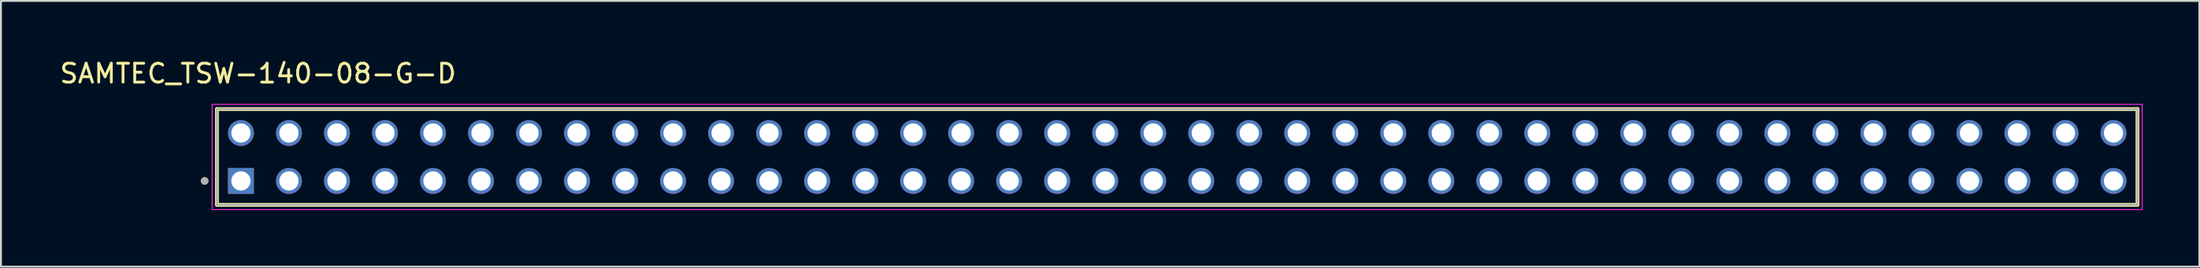
<source format=kicad_pcb>
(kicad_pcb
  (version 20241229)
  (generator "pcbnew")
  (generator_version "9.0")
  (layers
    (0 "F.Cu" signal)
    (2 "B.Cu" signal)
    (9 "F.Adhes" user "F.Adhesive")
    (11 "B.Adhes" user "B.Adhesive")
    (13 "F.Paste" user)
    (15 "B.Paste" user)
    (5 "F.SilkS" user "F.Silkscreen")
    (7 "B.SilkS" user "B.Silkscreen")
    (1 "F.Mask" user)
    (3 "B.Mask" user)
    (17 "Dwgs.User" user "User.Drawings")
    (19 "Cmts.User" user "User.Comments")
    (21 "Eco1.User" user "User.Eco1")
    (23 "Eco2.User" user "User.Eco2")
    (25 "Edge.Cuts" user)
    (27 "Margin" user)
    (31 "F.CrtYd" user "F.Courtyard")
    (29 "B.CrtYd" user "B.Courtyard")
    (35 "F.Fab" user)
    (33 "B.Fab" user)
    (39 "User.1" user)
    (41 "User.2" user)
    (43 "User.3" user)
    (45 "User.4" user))
  (footprint "SAMTEC_TSW-140-08-G-D"
    (layer "F.Cu")
    (at 9.696 6.543)
    (property "Reference" "SAMTEC_TSW-140-08-G-D" (at 0.905 -5.695 0) (layer "F.SilkS") (effects (font (size 1 1) (thickness 0.15))))
    (attr through_hole)
    (fp_line (start -1.27 1.27) (end -1.27 -3.81) (stroke (width 0.2) (type solid)) (layer "F.SilkS"))
    (fp_line (start 100.33 -3.81) (end -1.27 -3.81) (stroke (width 0.2) (type solid)) (layer "F.SilkS"))
    (fp_line (start 100.33 -3.81) (end 100.33 1.27) (stroke (width 0.2) (type solid)) (layer "F.SilkS"))
    (fp_line (start 100.33 1.27) (end -1.27 1.27) (stroke (width 0.2) (type solid)) (layer "F.SilkS"))
    (fp_circle (center -1.92 0) (end -1.82 0) (stroke (width 0.2) (type solid)) (fill no) (layer "F.SilkS"))
    (fp_line (start -1.52 -4.06) (end 100.58 -4.06) (stroke (width 0.05) (type solid)) (layer "F.CrtYd"))
    (fp_line (start -1.52 1.52) (end -1.52 -4.06) (stroke (width 0.05) (type solid)) (layer "F.CrtYd"))
    (fp_line (start 100.58 -4.06) (end 100.58 1.52) (stroke (width 0.05) (type solid)) (layer "F.CrtYd"))
    (fp_line (start 100.58 1.52) (end -1.52 1.52) (stroke (width 0.05) (type solid)) (layer "F.CrtYd"))
    (fp_line (start -1.27 -3.81) (end 100.33 -3.81) (stroke (width 0.1) (type solid)) (layer "F.Fab"))
    (fp_line (start -1.27 1.27) (end -1.27 -3.81) (stroke (width 0.1) (type solid)) (layer "F.Fab"))
    (fp_line (start 100.33 -3.81) (end 100.33 1.27) (stroke (width 0.1) (type solid)) (layer "F.Fab"))
    (fp_line (start 100.33 1.27) (end -1.27 1.27) (stroke (width 0.1) (type solid)) (layer "F.Fab"))
    (fp_circle (center -1.92 0) (end -1.82 0) (stroke (width 0.2) (type solid)) (fill no) (layer "F.Fab"))
    (pad "01" thru_hole rect (at 0 0) (size 1.37 1.37) (drill 1.02) (layers "*.Cu" "*.Mask"))
    (pad "02" thru_hole circle (at 0 -2.54) (size 1.37 1.37) (drill 1.02) (layers "*.Cu" "*.Mask"))
    (pad "03" thru_hole circle (at 2.54 0) (size 1.37 1.37) (drill 1.02) (layers "*.Cu" "*.Mask"))
    (pad "04" thru_hole circle (at 2.54 -2.54) (size 1.37 1.37) (drill 1.02) (layers "*.Cu" "*.Mask"))
    (pad "05" thru_hole circle (at 5.08 0) (size 1.37 1.37) (drill 1.02) (layers "*.Cu" "*.Mask"))
    (pad "06" thru_hole circle (at 5.08 -2.54) (size 1.37 1.37) (drill 1.02) (layers "*.Cu" "*.Mask"))
    (pad "07" thru_hole circle (at 7.62 0) (size 1.37 1.37) (drill 1.02) (layers "*.Cu" "*.Mask"))
    (pad "08" thru_hole circle (at 7.62 -2.54) (size 1.37 1.37) (drill 1.02) (layers "*.Cu" "*.Mask"))
    (pad "09" thru_hole circle (at 10.16 0) (size 1.37 1.37) (drill 1.02) (layers "*.Cu" "*.Mask"))
    (pad "10" thru_hole circle (at 10.16 -2.54) (size 1.37 1.37) (drill 1.02) (layers "*.Cu" "*.Mask"))
    (pad "11" thru_hole circle (at 12.7 0) (size 1.37 1.37) (drill 1.02) (layers "*.Cu" "*.Mask"))
    (pad "12" thru_hole circle (at 12.7 -2.54) (size 1.37 1.37) (drill 1.02) (layers "*.Cu" "*.Mask"))
    (pad "13" thru_hole circle (at 15.24 0) (size 1.37 1.37) (drill 1.02) (layers "*.Cu" "*.Mask"))
    (pad "14" thru_hole circle (at 15.24 -2.54) (size 1.37 1.37) (drill 1.02) (layers "*.Cu" "*.Mask"))
    (pad "15" thru_hole circle (at 17.78 0) (size 1.37 1.37) (drill 1.02) (layers "*.Cu" "*.Mask"))
    (pad "16" thru_hole circle (at 17.78 -2.54) (size 1.37 1.37) (drill 1.02) (layers "*.Cu" "*.Mask"))
    (pad "17" thru_hole circle (at 20.32 0) (size 1.37 1.37) (drill 1.02) (layers "*.Cu" "*.Mask"))
    (pad "18" thru_hole circle (at 20.32 -2.54) (size 1.37 1.37) (drill 1.02) (layers "*.Cu" "*.Mask"))
    (pad "19" thru_hole circle (at 22.86 0) (size 1.37 1.37) (drill 1.02) (layers "*.Cu" "*.Mask"))
    (pad "20" thru_hole circle (at 22.86 -2.54) (size 1.37 1.37) (drill 1.02) (layers "*.Cu" "*.Mask"))
    (pad "21" thru_hole circle (at 25.4 0) (size 1.37 1.37) (drill 1.02) (layers "*.Cu" "*.Mask"))
    (pad "22" thru_hole circle (at 25.4 -2.54) (size 1.37 1.37) (drill 1.02) (layers "*.Cu" "*.Mask"))
    (pad "23" thru_hole circle (at 27.94 0) (size 1.37 1.37) (drill 1.02) (layers "*.Cu" "*.Mask"))
    (pad "24" thru_hole circle (at 27.94 -2.54) (size 1.37 1.37) (drill 1.02) (layers "*.Cu" "*.Mask"))
    (pad "25" thru_hole circle (at 30.48 0) (size 1.37 1.37) (drill 1.02) (layers "*.Cu" "*.Mask"))
    (pad "26" thru_hole circle (at 30.48 -2.54) (size 1.37 1.37) (drill 1.02) (layers "*.Cu" "*.Mask"))
    (pad "27" thru_hole circle (at 33.02 0) (size 1.37 1.37) (drill 1.02) (layers "*.Cu" "*.Mask"))
    (pad "28" thru_hole circle (at 33.02 -2.54) (size 1.37 1.37) (drill 1.02) (layers "*.Cu" "*.Mask"))
    (pad "29" thru_hole circle (at 35.56 0) (size 1.37 1.37) (drill 1.02) (layers "*.Cu" "*.Mask"))
    (pad "30" thru_hole circle (at 35.56 -2.54) (size 1.37 1.37) (drill 1.02) (layers "*.Cu" "*.Mask"))
    (pad "31" thru_hole circle (at 38.1 0) (size 1.37 1.37) (drill 1.02) (layers "*.Cu" "*.Mask"))
    (pad "32" thru_hole circle (at 38.1 -2.54) (size 1.37 1.37) (drill 1.02) (layers "*.Cu" "*.Mask"))
    (pad "33" thru_hole circle (at 40.64 0) (size 1.37 1.37) (drill 1.02) (layers "*.Cu" "*.Mask"))
    (pad "34" thru_hole circle (at 40.64 -2.54) (size 1.37 1.37) (drill 1.02) (layers "*.Cu" "*.Mask"))
    (pad "35" thru_hole circle (at 43.18 0) (size 1.37 1.37) (drill 1.02) (layers "*.Cu" "*.Mask"))
    (pad "36" thru_hole circle (at 43.18 -2.54) (size 1.37 1.37) (drill 1.02) (layers "*.Cu" "*.Mask"))
    (pad "37" thru_hole circle (at 45.72 0) (size 1.37 1.37) (drill 1.02) (layers "*.Cu" "*.Mask"))
    (pad "38" thru_hole circle (at 45.72 -2.54) (size 1.37 1.37) (drill 1.02) (layers "*.Cu" "*.Mask"))
    (pad "39" thru_hole circle (at 48.26 0) (size 1.37 1.37) (drill 1.02) (layers "*.Cu" "*.Mask"))
    (pad "40" thru_hole circle (at 48.26 -2.54) (size 1.37 1.37) (drill 1.02) (layers "*.Cu" "*.Mask"))
    (pad "41" thru_hole circle (at 50.8 0) (size 1.37 1.37) (drill 1.02) (layers "*.Cu" "*.Mask"))
    (pad "42" thru_hole circle (at 50.8 -2.54) (size 1.37 1.37) (drill 1.02) (layers "*.Cu" "*.Mask"))
    (pad "43" thru_hole circle (at 53.34 0) (size 1.37 1.37) (drill 1.02) (layers "*.Cu" "*.Mask"))
    (pad "44" thru_hole circle (at 53.34 -2.54) (size 1.37 1.37) (drill 1.02) (layers "*.Cu" "*.Mask"))
    (pad "45" thru_hole circle (at 55.88 0) (size 1.37 1.37) (drill 1.02) (layers "*.Cu" "*.Mask"))
    (pad "46" thru_hole circle (at 55.88 -2.54) (size 1.37 1.37) (drill 1.02) (layers "*.Cu" "*.Mask"))
    (pad "47" thru_hole circle (at 58.42 0) (size 1.37 1.37) (drill 1.02) (layers "*.Cu" "*.Mask"))
    (pad "48" thru_hole circle (at 58.42 -2.54) (size 1.37 1.37) (drill 1.02) (layers "*.Cu" "*.Mask"))
    (pad "49" thru_hole circle (at 60.96 0) (size 1.37 1.37) (drill 1.02) (layers "*.Cu" "*.Mask"))
    (pad "50" thru_hole circle (at 60.96 -2.54) (size 1.37 1.37) (drill 1.02) (layers "*.Cu" "*.Mask"))
    (pad "51" thru_hole circle (at 63.5 0) (size 1.37 1.37) (drill 1.02) (layers "*.Cu" "*.Mask"))
    (pad "52" thru_hole circle (at 63.5 -2.54) (size 1.37 1.37) (drill 1.02) (layers "*.Cu" "*.Mask"))
    (pad "53" thru_hole circle (at 66.04 0) (size 1.37 1.37) (drill 1.02) (layers "*.Cu" "*.Mask"))
    (pad "54" thru_hole circle (at 66.04 -2.54) (size 1.37 1.37) (drill 1.02) (layers "*.Cu" "*.Mask"))
    (pad "55" thru_hole circle (at 68.58 0) (size 1.37 1.37) (drill 1.02) (layers "*.Cu" "*.Mask"))
    (pad "56" thru_hole circle (at 68.58 -2.54) (size 1.37 1.37) (drill 1.02) (layers "*.Cu" "*.Mask"))
    (pad "57" thru_hole circle (at 71.12 0) (size 1.37 1.37) (drill 1.02) (layers "*.Cu" "*.Mask"))
    (pad "58" thru_hole circle (at 71.12 -2.54) (size 1.37 1.37) (drill 1.02) (layers "*.Cu" "*.Mask"))
    (pad "59" thru_hole circle (at 73.66 0) (size 1.37 1.37) (drill 1.02) (layers "*.Cu" "*.Mask"))
    (pad "60" thru_hole circle (at 73.66 -2.54) (size 1.37 1.37) (drill 1.02) (layers "*.Cu" "*.Mask"))
    (pad "61" thru_hole circle (at 76.2 0) (size 1.37 1.37) (drill 1.02) (layers "*.Cu" "*.Mask"))
    (pad "62" thru_hole circle (at 76.2 -2.54) (size 1.37 1.37) (drill 1.02) (layers "*.Cu" "*.Mask"))
    (pad "63" thru_hole circle (at 78.74 0) (size 1.37 1.37) (drill 1.02) (layers "*.Cu" "*.Mask"))
    (pad "64" thru_hole circle (at 78.74 -2.54) (size 1.37 1.37) (drill 1.02) (layers "*.Cu" "*.Mask"))
    (pad "65" thru_hole circle (at 81.28 0) (size 1.37 1.37) (drill 1.02) (layers "*.Cu" "*.Mask"))
    (pad "66" thru_hole circle (at 81.28 -2.54) (size 1.37 1.37) (drill 1.02) (layers "*.Cu" "*.Mask"))
    (pad "67" thru_hole circle (at 83.82 0) (size 1.37 1.37) (drill 1.02) (layers "*.Cu" "*.Mask"))
    (pad "68" thru_hole circle (at 83.82 -2.54) (size 1.37 1.37) (drill 1.02) (layers "*.Cu" "*.Mask"))
    (pad "69" thru_hole circle (at 86.36 0) (size 1.37 1.37) (drill 1.02) (layers "*.Cu" "*.Mask"))
    (pad "70" thru_hole circle (at 86.36 -2.54) (size 1.37 1.37) (drill 1.02) (layers "*.Cu" "*.Mask"))
    (pad "71" thru_hole circle (at 88.9 0) (size 1.37 1.37) (drill 1.02) (layers "*.Cu" "*.Mask"))
    (pad "72" thru_hole circle (at 88.9 -2.54) (size 1.37 1.37) (drill 1.02) (layers "*.Cu" "*.Mask"))
    (pad "73" thru_hole circle (at 91.44 0) (size 1.37 1.37) (drill 1.02) (layers "*.Cu" "*.Mask"))
    (pad "74" thru_hole circle (at 91.44 -2.54) (size 1.37 1.37) (drill 1.02) (layers "*.Cu" "*.Mask"))
    (pad "75" thru_hole circle (at 93.98 0) (size 1.37 1.37) (drill 1.02) (layers "*.Cu" "*.Mask"))
    (pad "76" thru_hole circle (at 93.98 -2.54) (size 1.37 1.37) (drill 1.02) (layers "*.Cu" "*.Mask"))
    (pad "77" thru_hole circle (at 96.52 0) (size 1.37 1.37) (drill 1.02) (layers "*.Cu" "*.Mask"))
    (pad "78" thru_hole circle (at 96.52 -2.54) (size 1.37 1.37) (drill 1.02) (layers "*.Cu" "*.Mask"))
    (pad "79" thru_hole circle (at 99.06 0) (size 1.37 1.37) (drill 1.02) (layers "*.Cu" "*.Mask"))
    (pad "80" thru_hole circle (at 99.06 -2.54) (size 1.37 1.37) (drill 1.02) (layers "*.Cu" "*.Mask")))
  (gr_rect
    (start -3 -3)
    (end 113.301 11.088)
    (stroke (width 0.1) (type default))
    (fill no)
    (layer "Edge.Cuts")))
</source>
